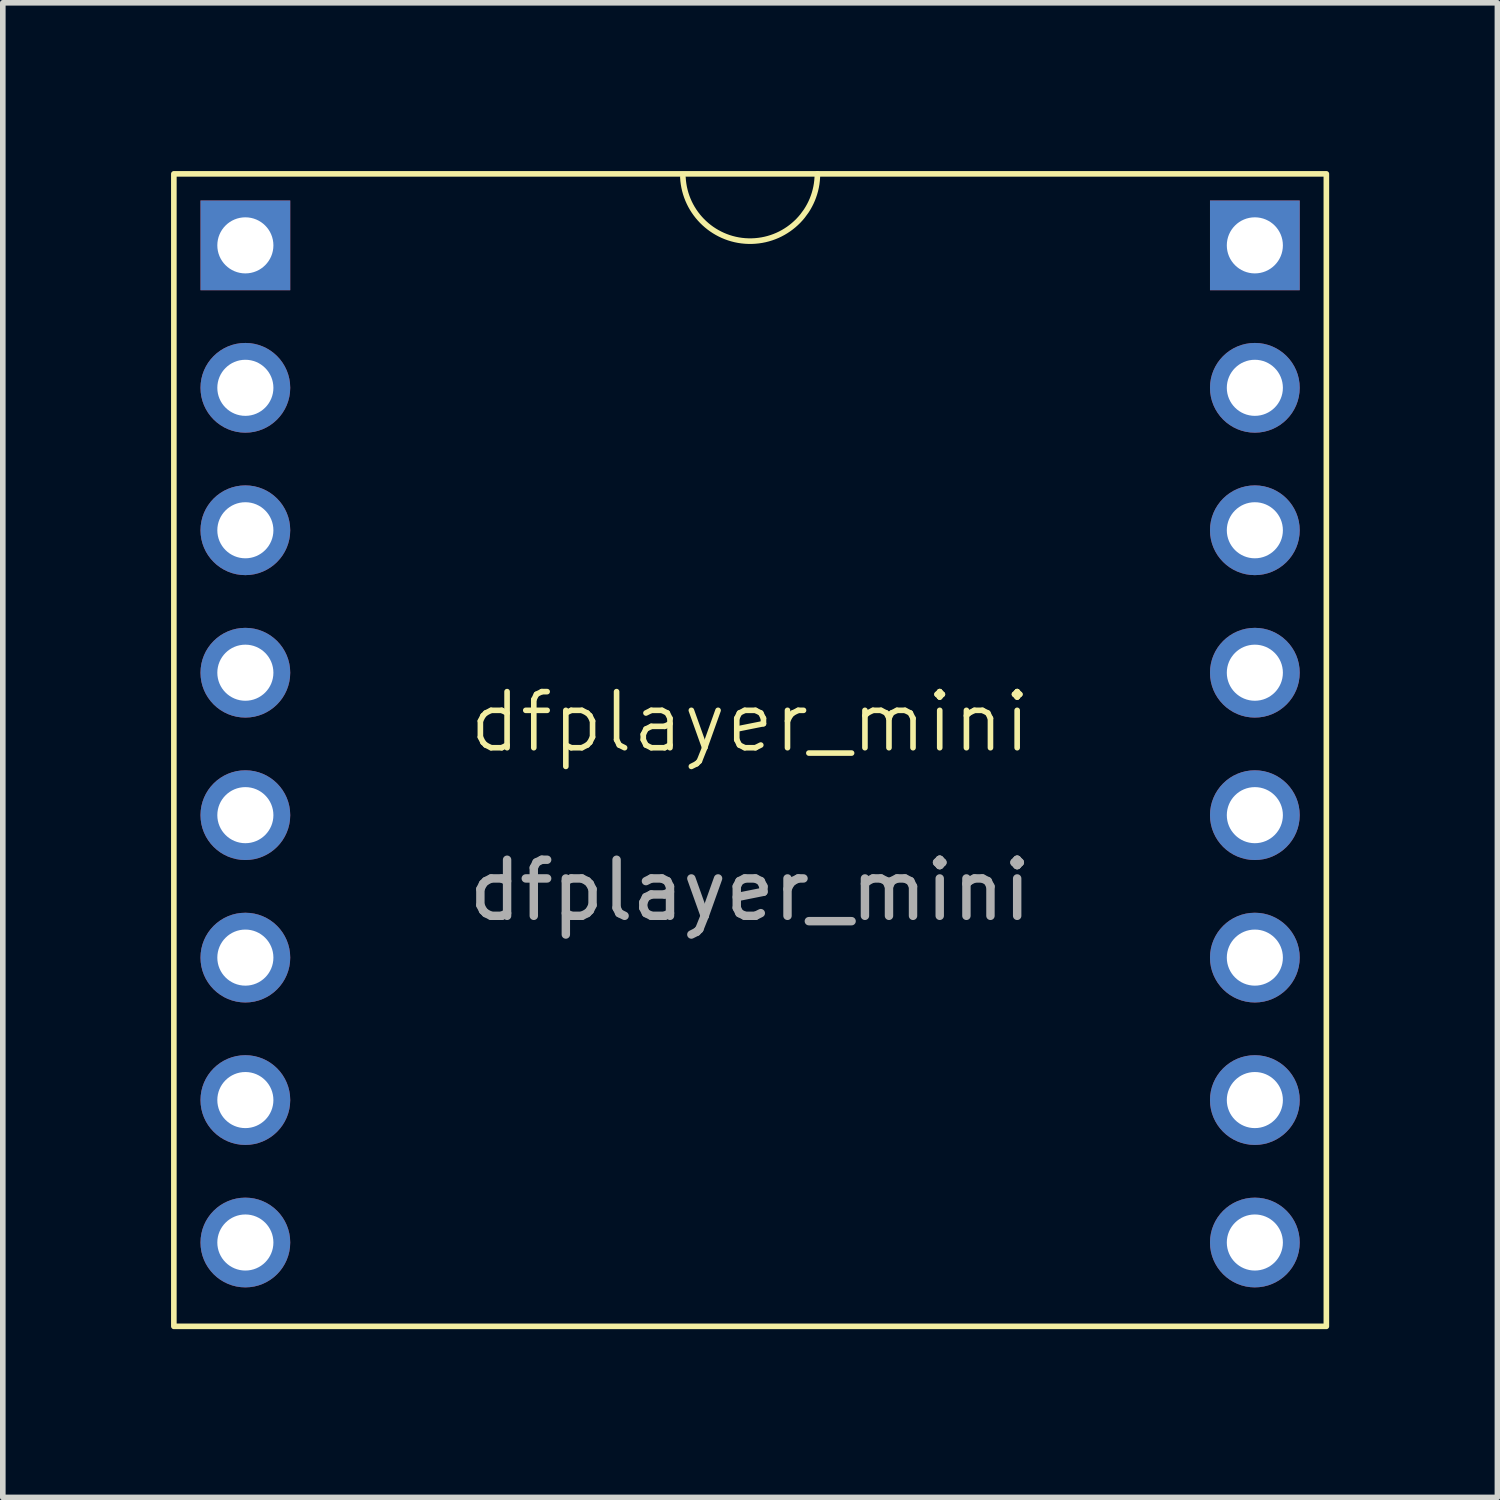
<source format=kicad_pcb>
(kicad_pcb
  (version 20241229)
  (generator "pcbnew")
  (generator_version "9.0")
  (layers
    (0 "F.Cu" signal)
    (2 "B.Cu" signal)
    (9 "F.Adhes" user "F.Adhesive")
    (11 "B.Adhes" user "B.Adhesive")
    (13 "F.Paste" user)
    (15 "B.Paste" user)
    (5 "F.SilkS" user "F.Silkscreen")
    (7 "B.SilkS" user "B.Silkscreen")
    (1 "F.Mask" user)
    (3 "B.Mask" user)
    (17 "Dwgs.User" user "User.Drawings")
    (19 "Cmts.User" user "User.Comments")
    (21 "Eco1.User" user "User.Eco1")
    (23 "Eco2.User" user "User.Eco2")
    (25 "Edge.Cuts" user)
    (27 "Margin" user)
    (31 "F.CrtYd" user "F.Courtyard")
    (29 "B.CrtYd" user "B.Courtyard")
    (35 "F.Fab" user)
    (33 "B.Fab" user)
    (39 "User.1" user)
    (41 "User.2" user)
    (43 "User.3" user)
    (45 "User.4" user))
  (footprint "dfplayer_mini"
    (layer "F.Cu")
    (at 10.325 10.325)
    (property "Reference" "dfplayer_mini" (at 0 -0.5 0) (unlocked yes) (layer "F.SilkS") (effects (font (size 1 1) (thickness 0.1))))
    (attr smd)
    (fp_rect (start -10.275 -10.275) (end 10.275 10.275) (stroke (width 0.1) (type default)) (fill no) (layer "F.SilkS"))
    (fp_arc (start 1.2 -10.275) (mid 0.02997 -9.075374) (end -1.198503 -10.215079) (stroke (width 0.1) (type default)) (layer "F.SilkS"))
    (fp_text user "${REFERENCE}" (at 0 2.5 0) (unlocked yes) (layer "F.Fab") (effects (font (size 1 1) (thickness 0.15))))
    (pad "1" thru_hole rect (at -9 -9) (size 1.6 1.6) (drill 1) (layers "*.Cu" "*.Mask"))
    (pad "2" thru_hole oval (at -9 -6.46) (size 1.6 1.6) (drill 1) (layers "*.Cu" "*.Mask"))
    (pad "3" thru_hole oval (at -9 -3.92) (size 1.6 1.6) (drill 1) (layers "*.Cu" "*.Mask"))
    (pad "4" thru_hole oval (at -9 -1.38) (size 1.6 1.6) (drill 1) (layers "*.Cu" "*.Mask"))
    (pad "5" thru_hole oval (at -9 1.16) (size 1.6 1.6) (drill 1) (layers "*.Cu" "*.Mask"))
    (pad "6" thru_hole oval (at -9 3.7) (size 1.6 1.6) (drill 1) (layers "*.Cu" "*.Mask"))
    (pad "7" thru_hole oval (at -9 6.24) (size 1.6 1.6) (drill 1) (layers "*.Cu" "*.Mask"))
    (pad "8" thru_hole oval (at -9 8.78) (size 1.6 1.6) (drill 1) (layers "*.Cu" "*.Mask"))
    (pad "9" thru_hole oval (at 9 8.78) (size 1.6 1.6) (drill 1) (layers "*.Cu" "*.Mask"))
    (pad "10" thru_hole oval (at 9 6.24) (size 1.6 1.6) (drill 1) (layers "*.Cu" "*.Mask"))
    (pad "11" thru_hole oval (at 9 3.7) (size 1.6 1.6) (drill 1) (layers "*.Cu" "*.Mask"))
    (pad "12" thru_hole oval (at 9 1.16) (size 1.6 1.6) (drill 1) (layers "*.Cu" "*.Mask"))
    (pad "13" thru_hole oval (at 9 -1.38) (size 1.6 1.6) (drill 1) (layers "*.Cu" "*.Mask"))
    (pad "14" thru_hole oval (at 9 -3.92) (size 1.6 1.6) (drill 1) (layers "*.Cu" "*.Mask"))
    (pad "15" thru_hole oval (at 9 -6.46) (size 1.6 1.6) (drill 1) (layers "*.Cu" "*.Mask"))
    (pad "16" thru_hole rect (at 9 -9) (size 1.6 1.6) (drill 1) (layers "*.Cu" "*.Mask"))
    (zone (net_name "") (layer "F.SilkS") (hatch edge 0.5) (connect_pads) (min_thickness 0.25) (filled_areas_thickness no) (keepout (tracks allowed) (vias allowed) (pads not_allowed) (copperpour allowed) (footprints not_allowed)) (placement (enabled no)) (fill) (polygon (pts (xy 0.05 0.05) (xy 20.6 0.05) (xy 20.6 20.6) (xy 0.05 20.6)))))
  (gr_rect
    (start -3 -3)
    (end 23.65 23.65)
    (stroke (width 0.1) (type default))
    (fill no)
    (layer "Edge.Cuts")))
</source>
